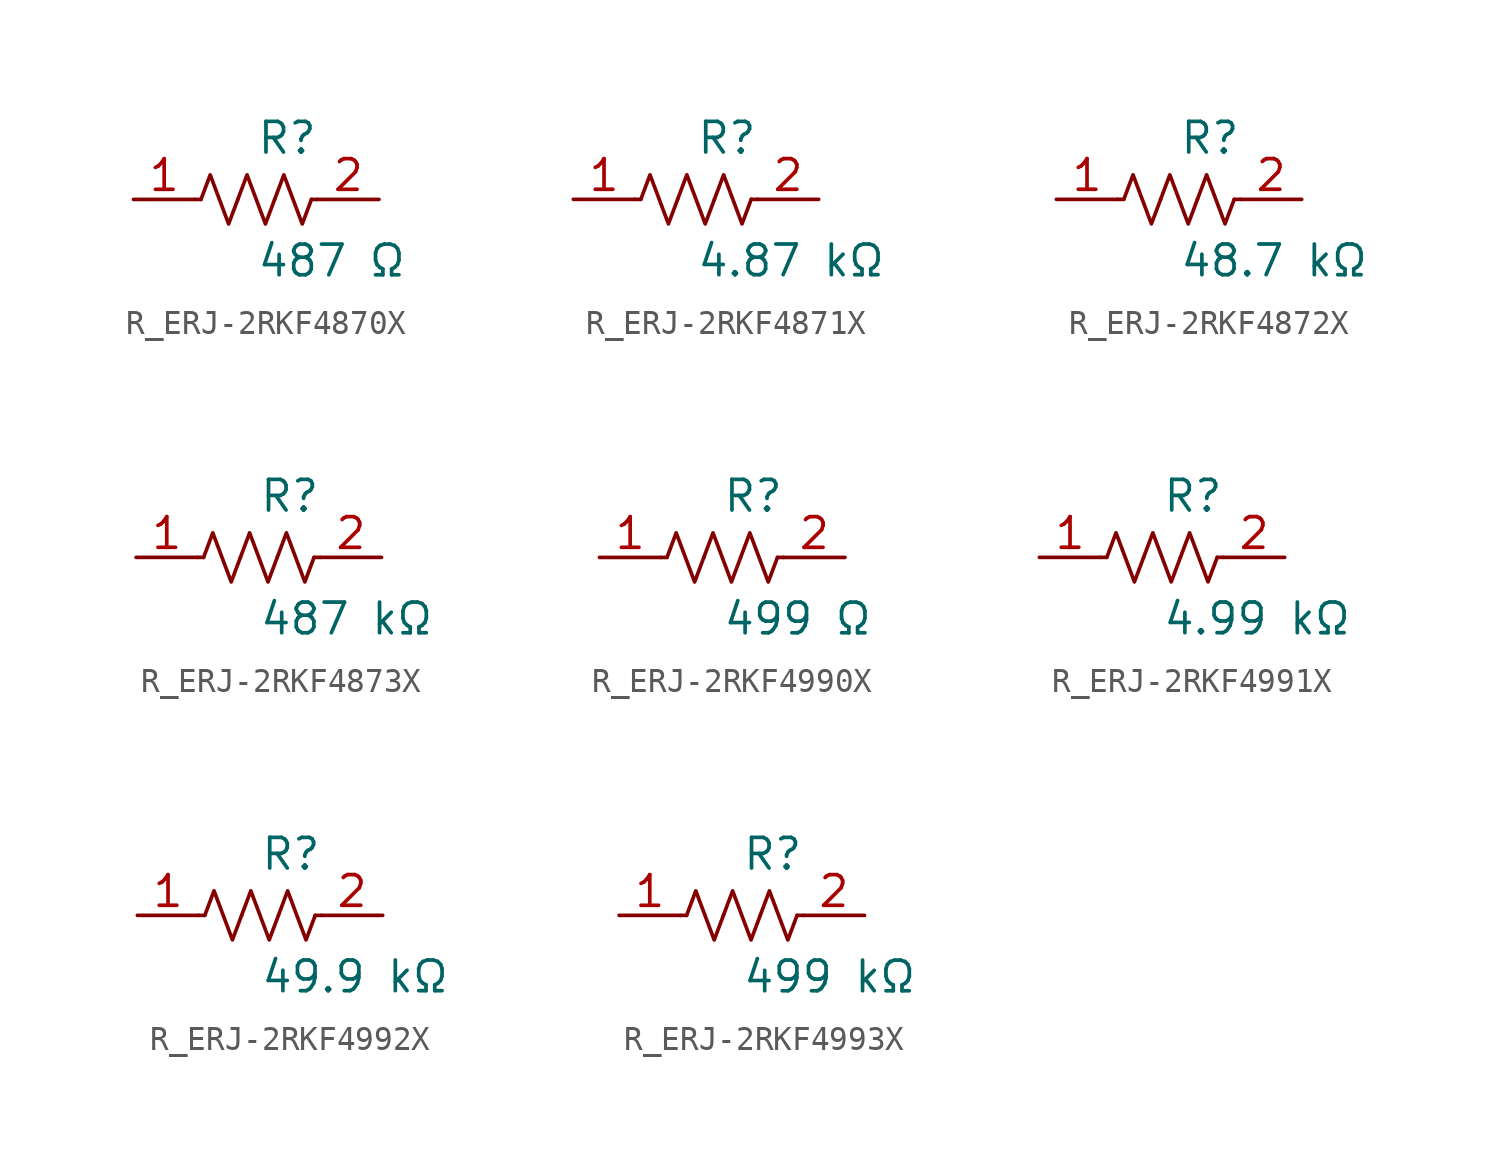
<source format=kicad_sym>
(kicad_symbol_lib
  (version 20231120)
  (generator kicad_symbol_editor)
  (generator_version 8.0)
  (symbol "R_ERJ-2RKF4870X"
    (pin_names
      (offset 0.254))
    (property "Reference" "R"
      (at 0 2.54 0)
      (effects (font (size 1.27 1.27)) (justify left)))
    (property "Value" "487 Ω"
      (at 0 -2.54 0)
      (effects (font (size 1.27 1.27)) (justify left)))
    (symbol "R_ERJ-2RKF4870X_0_1"
      (polyline (pts (xy 2.286 0) (xy 2.54 0)) (stroke (width 0) (type default)) (fill (type none)))
      (polyline (pts (xy -2.286 0) (xy -2.54 0)) (stroke (width 0) (type default)) (fill (type none)))
      (polyline (pts (xy 0.762 0) (xy 1.143 1.016) (xy 1.524 0) (xy 1.905 -1.016) (xy 2.286 0)) (stroke (width 0) (type default)) (fill (type none)))
      (polyline (pts (xy -0.762 0) (xy -0.381 1.016) (xy 0 0) (xy 0.381 -1.016) (xy 0.762 0)) (stroke (width 0) (type default)) (fill (type none)))
      (polyline (pts (xy -2.286 0) (xy -1.905 1.016) (xy -1.524 0) (xy -1.143 -1.016) (xy -0.762 0)) (stroke (width 0) (type default)) (fill (type none))))
    (pin passive line
      (at -5.08 0 0)
      (length 2.54)
      (name "" (effects (font (size 1.27 1.27))))
      (number "1" (effects (font (size 1.27 1.27)))))
    (pin passive line
      (at 5.08 0 180)
      (length 2.54)
      (name "" (effects (font (size 1.27 1.27))))
      (number "2" (effects (font (size 1.27 1.27))))))
  (symbol "R_ERJ-2RKF4871X"
    (pin_names
      (offset 0.254))
    (property "Reference" "R"
      (at 0 2.54 0)
      (effects (font (size 1.27 1.27)) (justify left)))
    (property "Value" "4.87 kΩ"
      (at 0 -2.54 0)
      (effects (font (size 1.27 1.27)) (justify left)))
    (symbol "R_ERJ-2RKF4871X_0_1"
      (polyline (pts (xy 2.286 0) (xy 2.54 0)) (stroke (width 0) (type default)) (fill (type none)))
      (polyline (pts (xy -2.286 0) (xy -2.54 0)) (stroke (width 0) (type default)) (fill (type none)))
      (polyline (pts (xy 0.762 0) (xy 1.143 1.016) (xy 1.524 0) (xy 1.905 -1.016) (xy 2.286 0)) (stroke (width 0) (type default)) (fill (type none)))
      (polyline (pts (xy -0.762 0) (xy -0.381 1.016) (xy 0 0) (xy 0.381 -1.016) (xy 0.762 0)) (stroke (width 0) (type default)) (fill (type none)))
      (polyline (pts (xy -2.286 0) (xy -1.905 1.016) (xy -1.524 0) (xy -1.143 -1.016) (xy -0.762 0)) (stroke (width 0) (type default)) (fill (type none))))
    (pin passive line
      (at -5.08 0 0)
      (length 2.54)
      (name "" (effects (font (size 1.27 1.27))))
      (number "1" (effects (font (size 1.27 1.27)))))
    (pin passive line
      (at 5.08 0 180)
      (length 2.54)
      (name "" (effects (font (size 1.27 1.27))))
      (number "2" (effects (font (size 1.27 1.27))))))
  (symbol "R_ERJ-2RKF4872X"
    (pin_names
      (offset 0.254))
    (property "Reference" "R"
      (at 0 2.54 0)
      (effects (font (size 1.27 1.27)) (justify left)))
    (property "Value" "48.7 kΩ"
      (at 0 -2.54 0)
      (effects (font (size 1.27 1.27)) (justify left)))
    (symbol "R_ERJ-2RKF4872X_0_1"
      (polyline (pts (xy 2.286 0) (xy 2.54 0)) (stroke (width 0) (type default)) (fill (type none)))
      (polyline (pts (xy -2.286 0) (xy -2.54 0)) (stroke (width 0) (type default)) (fill (type none)))
      (polyline (pts (xy 0.762 0) (xy 1.143 1.016) (xy 1.524 0) (xy 1.905 -1.016) (xy 2.286 0)) (stroke (width 0) (type default)) (fill (type none)))
      (polyline (pts (xy -0.762 0) (xy -0.381 1.016) (xy 0 0) (xy 0.381 -1.016) (xy 0.762 0)) (stroke (width 0) (type default)) (fill (type none)))
      (polyline (pts (xy -2.286 0) (xy -1.905 1.016) (xy -1.524 0) (xy -1.143 -1.016) (xy -0.762 0)) (stroke (width 0) (type default)) (fill (type none))))
    (pin passive line
      (at -5.08 0 0)
      (length 2.54)
      (name "" (effects (font (size 1.27 1.27))))
      (number "1" (effects (font (size 1.27 1.27)))))
    (pin passive line
      (at 5.08 0 180)
      (length 2.54)
      (name "" (effects (font (size 1.27 1.27))))
      (number "2" (effects (font (size 1.27 1.27))))))
  (symbol "R_ERJ-2RKF4873X"
    (pin_names
      (offset 0.254))
    (property "Reference" "R"
      (at 0 2.54 0)
      (effects (font (size 1.27 1.27)) (justify left)))
    (property "Value" "487 kΩ"
      (at 0 -2.54 0)
      (effects (font (size 1.27 1.27)) (justify left)))
    (symbol "R_ERJ-2RKF4873X_0_1"
      (polyline (pts (xy 2.286 0) (xy 2.54 0)) (stroke (width 0) (type default)) (fill (type none)))
      (polyline (pts (xy -2.286 0) (xy -2.54 0)) (stroke (width 0) (type default)) (fill (type none)))
      (polyline (pts (xy 0.762 0) (xy 1.143 1.016) (xy 1.524 0) (xy 1.905 -1.016) (xy 2.286 0)) (stroke (width 0) (type default)) (fill (type none)))
      (polyline (pts (xy -0.762 0) (xy -0.381 1.016) (xy 0 0) (xy 0.381 -1.016) (xy 0.762 0)) (stroke (width 0) (type default)) (fill (type none)))
      (polyline (pts (xy -2.286 0) (xy -1.905 1.016) (xy -1.524 0) (xy -1.143 -1.016) (xy -0.762 0)) (stroke (width 0) (type default)) (fill (type none))))
    (pin passive line
      (at -5.08 0 0)
      (length 2.54)
      (name "" (effects (font (size 1.27 1.27))))
      (number "1" (effects (font (size 1.27 1.27)))))
    (pin passive line
      (at 5.08 0 180)
      (length 2.54)
      (name "" (effects (font (size 1.27 1.27))))
      (number "2" (effects (font (size 1.27 1.27))))))
  (symbol "R_ERJ-2RKF4990X"
    (pin_names
      (offset 0.254))
    (property "Reference" "R"
      (at 0 2.54 0)
      (effects (font (size 1.27 1.27)) (justify left)))
    (property "Value" "499 Ω"
      (at 0 -2.54 0)
      (effects (font (size 1.27 1.27)) (justify left)))
    (symbol "R_ERJ-2RKF4990X_0_1"
      (polyline (pts (xy 2.286 0) (xy 2.54 0)) (stroke (width 0) (type default)) (fill (type none)))
      (polyline (pts (xy -2.286 0) (xy -2.54 0)) (stroke (width 0) (type default)) (fill (type none)))
      (polyline (pts (xy 0.762 0) (xy 1.143 1.016) (xy 1.524 0) (xy 1.905 -1.016) (xy 2.286 0)) (stroke (width 0) (type default)) (fill (type none)))
      (polyline (pts (xy -0.762 0) (xy -0.381 1.016) (xy 0 0) (xy 0.381 -1.016) (xy 0.762 0)) (stroke (width 0) (type default)) (fill (type none)))
      (polyline (pts (xy -2.286 0) (xy -1.905 1.016) (xy -1.524 0) (xy -1.143 -1.016) (xy -0.762 0)) (stroke (width 0) (type default)) (fill (type none))))
    (pin passive line
      (at -5.08 0 0)
      (length 2.54)
      (name "" (effects (font (size 1.27 1.27))))
      (number "1" (effects (font (size 1.27 1.27)))))
    (pin passive line
      (at 5.08 0 180)
      (length 2.54)
      (name "" (effects (font (size 1.27 1.27))))
      (number "2" (effects (font (size 1.27 1.27))))))
  (symbol "R_ERJ-2RKF4991X"
    (pin_names
      (offset 0.254))
    (property "Reference" "R"
      (at 0 2.54 0)
      (effects (font (size 1.27 1.27)) (justify left)))
    (property "Value" "4.99 kΩ"
      (at 0 -2.54 0)
      (effects (font (size 1.27 1.27)) (justify left)))
    (symbol "R_ERJ-2RKF4991X_0_1"
      (polyline (pts (xy 2.286 0) (xy 2.54 0)) (stroke (width 0) (type default)) (fill (type none)))
      (polyline (pts (xy -2.286 0) (xy -2.54 0)) (stroke (width 0) (type default)) (fill (type none)))
      (polyline (pts (xy 0.762 0) (xy 1.143 1.016) (xy 1.524 0) (xy 1.905 -1.016) (xy 2.286 0)) (stroke (width 0) (type default)) (fill (type none)))
      (polyline (pts (xy -0.762 0) (xy -0.381 1.016) (xy 0 0) (xy 0.381 -1.016) (xy 0.762 0)) (stroke (width 0) (type default)) (fill (type none)))
      (polyline (pts (xy -2.286 0) (xy -1.905 1.016) (xy -1.524 0) (xy -1.143 -1.016) (xy -0.762 0)) (stroke (width 0) (type default)) (fill (type none))))
    (pin passive line
      (at -5.08 0 0)
      (length 2.54)
      (name "" (effects (font (size 1.27 1.27))))
      (number "1" (effects (font (size 1.27 1.27)))))
    (pin passive line
      (at 5.08 0 180)
      (length 2.54)
      (name "" (effects (font (size 1.27 1.27))))
      (number "2" (effects (font (size 1.27 1.27))))))
  (symbol "R_ERJ-2RKF4992X"
    (pin_names
      (offset 0.254))
    (property "Reference" "R"
      (at 0 2.54 0)
      (effects (font (size 1.27 1.27)) (justify left)))
    (property "Value" "49.9 kΩ"
      (at 0 -2.54 0)
      (effects (font (size 1.27 1.27)) (justify left)))
    (symbol "R_ERJ-2RKF4992X_0_1"
      (polyline (pts (xy 2.286 0) (xy 2.54 0)) (stroke (width 0) (type default)) (fill (type none)))
      (polyline (pts (xy -2.286 0) (xy -2.54 0)) (stroke (width 0) (type default)) (fill (type none)))
      (polyline (pts (xy 0.762 0) (xy 1.143 1.016) (xy 1.524 0) (xy 1.905 -1.016) (xy 2.286 0)) (stroke (width 0) (type default)) (fill (type none)))
      (polyline (pts (xy -0.762 0) (xy -0.381 1.016) (xy 0 0) (xy 0.381 -1.016) (xy 0.762 0)) (stroke (width 0) (type default)) (fill (type none)))
      (polyline (pts (xy -2.286 0) (xy -1.905 1.016) (xy -1.524 0) (xy -1.143 -1.016) (xy -0.762 0)) (stroke (width 0) (type default)) (fill (type none))))
    (pin passive line
      (at -5.08 0 0)
      (length 2.54)
      (name "" (effects (font (size 1.27 1.27))))
      (number "1" (effects (font (size 1.27 1.27)))))
    (pin passive line
      (at 5.08 0 180)
      (length 2.54)
      (name "" (effects (font (size 1.27 1.27))))
      (number "2" (effects (font (size 1.27 1.27))))))
  (symbol "R_ERJ-2RKF4993X"
    (pin_names
      (offset 0.254))
    (property "Reference" "R"
      (at 0 2.54 0)
      (effects (font (size 1.27 1.27)) (justify left)))
    (property "Value" "499 kΩ"
      (at 0 -2.54 0)
      (effects (font (size 1.27 1.27)) (justify left)))
    (symbol "R_ERJ-2RKF4993X_0_1"
      (polyline (pts (xy 2.286 0) (xy 2.54 0)) (stroke (width 0) (type default)) (fill (type none)))
      (polyline (pts (xy -2.286 0) (xy -2.54 0)) (stroke (width 0) (type default)) (fill (type none)))
      (polyline (pts (xy 0.762 0) (xy 1.143 1.016) (xy 1.524 0) (xy 1.905 -1.016) (xy 2.286 0)) (stroke (width 0) (type default)) (fill (type none)))
      (polyline (pts (xy -0.762 0) (xy -0.381 1.016) (xy 0 0) (xy 0.381 -1.016) (xy 0.762 0)) (stroke (width 0) (type default)) (fill (type none)))
      (polyline (pts (xy -2.286 0) (xy -1.905 1.016) (xy -1.524 0) (xy -1.143 -1.016) (xy -0.762 0)) (stroke (width 0) (type default)) (fill (type none))))
    (pin passive line
      (at -5.08 0 0)
      (length 2.54)
      (name "" (effects (font (size 1.27 1.27))))
      (number "1" (effects (font (size 1.27 1.27)))))
    (pin passive line
      (at 5.08 0 180)
      (length 2.54)
      (name "" (effects (font (size 1.27 1.27))))
      (number "2" (effects (font (size 1.27 1.27)))))))
</source>
